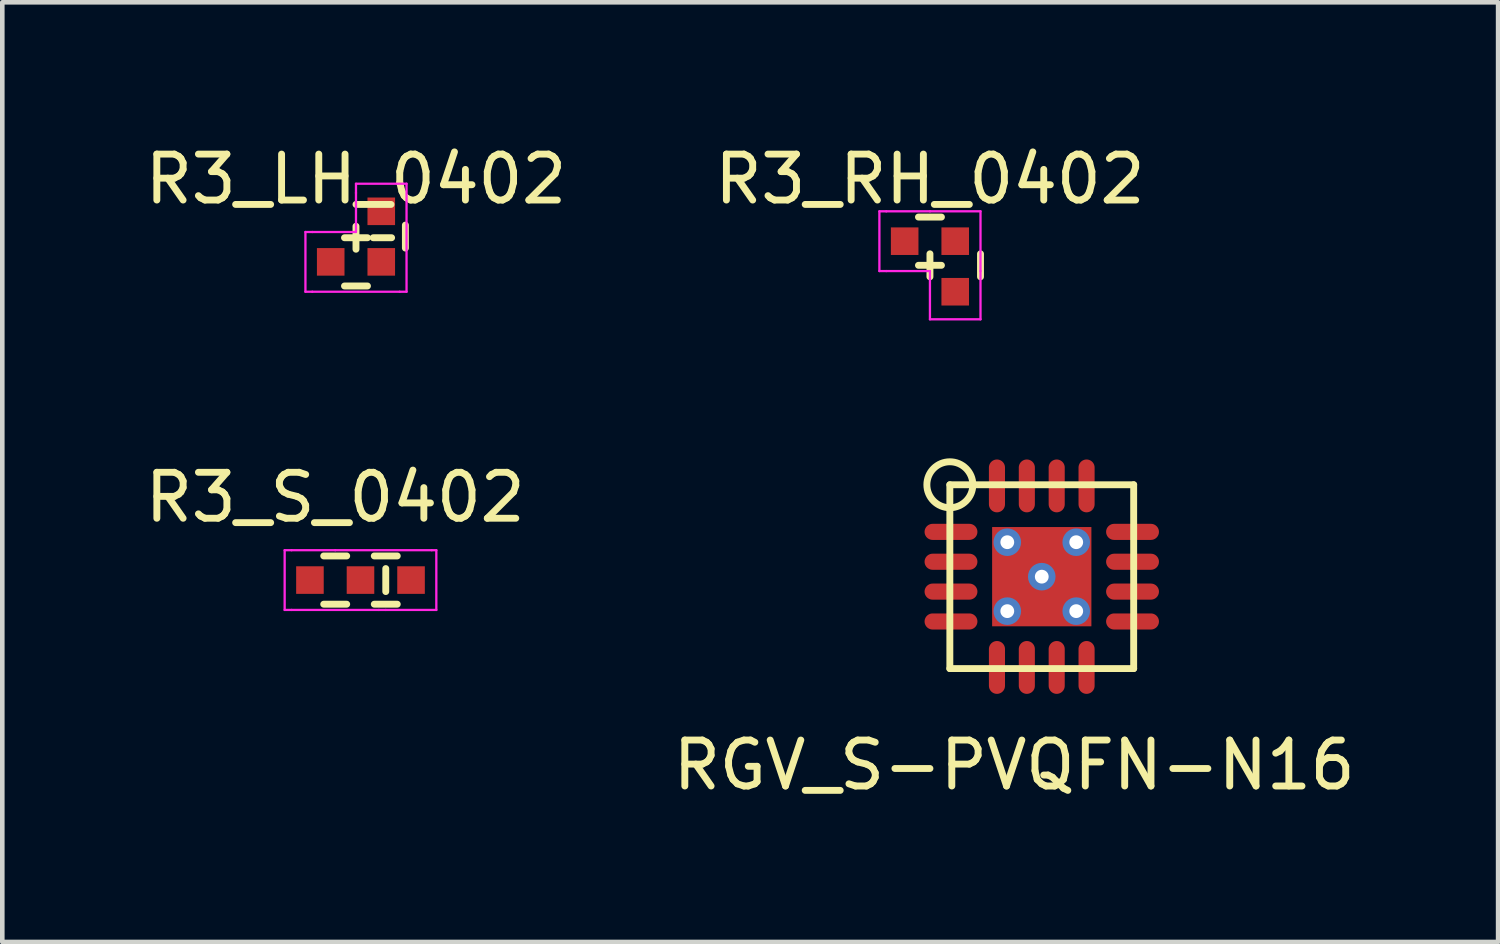
<source format=kicad_pcb>
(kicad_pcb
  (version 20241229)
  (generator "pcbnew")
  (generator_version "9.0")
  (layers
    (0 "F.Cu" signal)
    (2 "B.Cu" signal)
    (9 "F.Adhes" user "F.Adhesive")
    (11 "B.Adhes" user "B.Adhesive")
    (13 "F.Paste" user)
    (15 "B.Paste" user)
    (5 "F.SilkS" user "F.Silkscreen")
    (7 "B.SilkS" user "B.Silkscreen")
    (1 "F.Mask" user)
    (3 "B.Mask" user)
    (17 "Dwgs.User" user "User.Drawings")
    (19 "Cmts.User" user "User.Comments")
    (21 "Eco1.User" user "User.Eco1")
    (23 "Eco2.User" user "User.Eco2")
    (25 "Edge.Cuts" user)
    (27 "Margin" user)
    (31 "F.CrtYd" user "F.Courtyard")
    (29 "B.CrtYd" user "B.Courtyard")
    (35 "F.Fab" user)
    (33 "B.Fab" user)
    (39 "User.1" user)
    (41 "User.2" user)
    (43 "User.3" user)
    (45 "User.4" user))
  (footprint "R3_LH_0402"
    (layer "F.Cu")
    (at 4.696 2.648)
    (property "Reference" "R3_LH_0402" (at 0 -1.8 0) (layer "F.SilkS") (effects (font (size 1 1) (thickness 0.15))))
    (attr smd)
    (fp_line (start -0.25 0.525) (end 0.25 0.525) (stroke (width 0.15) (type solid)) (layer "F.SilkS"))
    (fp_line (start 0 -0.275) (end 0 -0.775) (stroke (width 0.15) (type solid)) (layer "F.SilkS"))
    (fp_line (start 0.25 -0.525) (end -0.25 -0.525) (stroke (width 0.15) (type solid)) (layer "F.SilkS"))
    (fp_line (start 0.775 -0.525) (end 0.375 -0.525) (stroke (width 0.15) (type solid)) (layer "F.SilkS"))
    (fp_line (start 1.075 -0.3) (end 1.075 -0.8) (stroke (width 0.15) (type solid)) (layer "F.SilkS"))
    (fp_line (start -1.1 -0.65) (end -0.95 -0.65) (stroke (width 0.05) (type solid)) (layer "F.CrtYd"))
    (fp_line (start -1.1 0.65) (end -1.1 -0.65) (stroke (width 0.05) (type solid)) (layer "F.CrtYd"))
    (fp_line (start -0.95 -0.65) (end 0 -0.65) (stroke (width 0.05) (type solid)) (layer "F.CrtYd"))
    (fp_line (start -0.95 0.65) (end -1.1 0.65) (stroke (width 0.05) (type solid)) (layer "F.CrtYd"))
    (fp_line (start -0.95 0.65) (end 0.95 0.65) (stroke (width 0.05) (type solid)) (layer "F.CrtYd"))
    (fp_line (start 0 -1.7) (end 0 -1.5) (stroke (width 0.05) (type solid)) (layer "F.CrtYd"))
    (fp_line (start 0 -1.5) (end 0 -0.65) (stroke (width 0.05) (type solid)) (layer "F.CrtYd"))
    (fp_line (start 0.95 0.65) (end 1.1 0.65) (stroke (width 0.05) (type solid)) (layer "F.CrtYd"))
    (fp_line (start 1.1 -1.7) (end 0 -1.7) (stroke (width 0.05) (type solid)) (layer "F.CrtYd"))
    (fp_line (start 1.1 0.65) (end 1.1 -1.7) (stroke (width 0.05) (type solid)) (layer "F.CrtYd"))
    (pad "1" smd rect (at -0.55 0) (size 0.6 0.6) (layers "F.Cu" "F.Mask" "F.Paste"))
    (pad "2" smd rect (at 0.55 0) (size 0.6 0.6) (layers "F.Cu" "F.Mask" "F.Paste"))
    (pad "3" smd rect (at 0.55 -1.1) (size 0.6 0.6) (layers "F.Cu" "F.Mask" "F.Paste")))
  (footprint "R3_S_0402"
    (layer "F.Cu")
    (at 4.244 9.572)
    (property "Reference" "R3_S_0402" (at 0 -1.8 0) (layer "F.SilkS") (effects (font (size 1 1) (thickness 0.15))))
    (attr smd)
    (fp_line (start -0.25 0.525) (end 0.25 0.525) (stroke (width 0.15) (type solid)) (layer "F.SilkS"))
    (fp_line (start 0.25 -0.525) (end -0.25 -0.525) (stroke (width 0.15) (type solid)) (layer "F.SilkS"))
    (fp_line (start 1.1 -0.25) (end 1.1 0.25) (stroke (width 0.15) (type solid)) (layer "F.SilkS"))
    (fp_line (start 1.35 -0.525) (end 0.85 -0.525) (stroke (width 0.15) (type solid)) (layer "F.SilkS"))
    (fp_line (start 1.35 0.525) (end 0.85 0.525) (stroke (width 0.15) (type solid)) (layer "F.SilkS"))
    (fp_line (start -1.1 -0.65) (end -0.95 -0.65) (stroke (width 0.05) (type solid)) (layer "F.CrtYd"))
    (fp_line (start -1.1 0.65) (end -1.1 -0.65) (stroke (width 0.05) (type solid)) (layer "F.CrtYd"))
    (fp_line (start -0.95 -0.65) (end 0 -0.65) (stroke (width 0.05) (type solid)) (layer "F.CrtYd"))
    (fp_line (start -0.95 0.65) (end -1.1 0.65) (stroke (width 0.05) (type solid)) (layer "F.CrtYd"))
    (fp_line (start -0.95 0.65) (end 0.95 0.65) (stroke (width 0.05) (type solid)) (layer "F.CrtYd"))
    (fp_line (start 0 -0.65) (end 2.1 -0.65) (stroke (width 0.05) (type solid)) (layer "F.CrtYd"))
    (fp_line (start 0.95 0.65) (end 1.1 0.65) (stroke (width 0.05) (type solid)) (layer "F.CrtYd"))
    (fp_line (start 2.1 -0.65) (end 2.2 -0.65) (stroke (width 0.05) (type solid)) (layer "F.CrtYd"))
    (fp_line (start 2.2 -0.65) (end 2.2 0.65) (stroke (width 0.05) (type solid)) (layer "F.CrtYd"))
    (fp_line (start 2.2 0.65) (end 1.1 0.65) (stroke (width 0.05) (type solid)) (layer "F.CrtYd"))
    (pad "1" smd rect (at -0.55 0) (size 0.6 0.6) (layers "F.Cu" "F.Mask" "F.Paste"))
    (pad "2" smd rect (at 0.55 0) (size 0.6 0.6) (layers "F.Cu" "F.Mask" "F.Paste"))
    (pad "3" smd rect (at 1.65 0) (size 0.6 0.6) (layers "F.Cu" "F.Mask" "F.Paste")))
  (footprint "RGV_S-PVQFN-N16"
    (layer "F.Cu")
    (at 19.618 9.498)
    (property "Reference" "RGV_S-PVQFN-N16" (at -0.6 4.1 0) (layer "F.SilkS") (effects (font (size 1 1) (thickness 0.15))))
    (attr through_hole)
    (fp_line (start -2 -2) (end 2 -2) (stroke (width 0.15) (type solid)) (layer "F.SilkS"))
    (fp_line (start -2 2) (end -2 -2) (stroke (width 0.15) (type solid)) (layer "F.SilkS"))
    (fp_line (start 2 -2) (end 2 2) (stroke (width 0.15) (type solid)) (layer "F.SilkS"))
    (fp_line (start 2 2) (end -2 2) (stroke (width 0.15) (type solid)) (layer "F.SilkS"))
    (fp_circle (center -2 -2) (end -1.5 -2) (stroke (width 0.15) (type solid)) (fill no) (layer "F.SilkS"))
    (pad "" smd rect (at -0.575 -0.575) (size 0.85 0.85) (layers "F.Paste"))
    (pad "" smd rect (at -0.575 0.575) (size 0.85 0.85) (layers "F.Paste"))
    (pad "" smd rect (at 0.575 -0.575) (size 0.85 0.85) (layers "F.Paste"))
    (pad "" smd rect (at 0.575 0.575) (size 0.85 0.85) (layers "F.Paste"))
    (pad "1" smd oval (at -1.975 -0.975) (size 1.15 0.35) (layers "F.Cu" "F.Mask" "F.Paste"))
    (pad "2" smd oval (at -1.975 -0.325) (size 1.15 0.35) (layers "F.Cu" "F.Mask" "F.Paste"))
    (pad "3" smd oval (at -1.975 0.325) (size 1.15 0.35) (layers "F.Cu" "F.Mask" "F.Paste"))
    (pad "4" smd oval (at -1.975 0.975) (size 1.15 0.35) (layers "F.Cu" "F.Mask" "F.Paste"))
    (pad "5" smd oval (at -0.975 1.975 90) (size 1.15 0.35) (layers "F.Cu" "F.Mask" "F.Paste"))
    (pad "6" smd oval (at -0.325 1.975 90) (size 1.15 0.35) (layers "F.Cu" "F.Mask" "F.Paste"))
    (pad "7" smd oval (at 0.325 1.975 90) (size 1.15 0.35) (layers "F.Cu" "F.Mask" "F.Paste"))
    (pad "8" smd oval (at 0.975 1.975 90) (size 1.15 0.35) (layers "F.Cu" "F.Mask" "F.Paste"))
    (pad "9" smd oval (at 1.975 0.975 180) (size 1.15 0.35) (layers "F.Cu" "F.Mask" "F.Paste"))
    (pad "10" smd oval (at 1.975 0.325 180) (size 1.15 0.35) (layers "F.Cu" "F.Mask" "F.Paste"))
    (pad "11" smd oval (at 1.975 -0.325 180) (size 1.15 0.35) (layers "F.Cu" "F.Mask" "F.Paste"))
    (pad "12" smd oval (at 1.975 -0.975 180) (size 1.15 0.35) (layers "F.Cu" "F.Mask" "F.Paste"))
    (pad "13" smd oval (at 0.975 -1.975 270) (size 1.15 0.35) (layers "F.Cu" "F.Mask" "F.Paste"))
    (pad "14" smd oval (at 0.325 -1.975 270) (size 1.15 0.35) (layers "F.Cu" "F.Mask" "F.Paste"))
    (pad "15" smd oval (at -0.325 -1.975 270) (size 1.15 0.35) (layers "F.Cu" "F.Mask" "F.Paste"))
    (pad "16" smd oval (at -0.975 -1.975 270) (size 1.15 0.35) (layers "F.Cu" "F.Mask" "F.Paste"))
    (pad "EP" thru_hole circle (at -0.75 -0.75) (size 0.6 0.6) (drill 0.3) (layers "*.Cu"))
    (pad "EP" thru_hole circle (at -0.75 0.75) (size 0.6 0.6) (drill 0.3) (layers "*.Cu"))
    (pad "EP" thru_hole circle (at 0 0) (size 0.6 0.6) (drill 0.3) (layers "*.Cu"))
    (pad "EP" smd rect (at 0 0) (size 2.16 2.16) (layers "F.Cu" "F.Mask"))
    (pad "EP" thru_hole circle (at 0.75 -0.75) (size 0.6 0.6) (drill 0.3) (layers "*.Cu"))
    (pad "EP" thru_hole circle (at 0.75 0.75) (size 0.6 0.6) (drill 0.3) (layers "*.Cu")))
  (footprint "R3_RH_0402"
    (layer "F.Cu")
    (at 17.185 2.198)
    (property "Reference" "R3_RH_0402" (at 0 -1.35 0) (layer "F.SilkS") (effects (font (size 1 1) (thickness 0.15))))
    (attr smd)
    (fp_line (start -0.25 0.525) (end 0.25 0.525) (stroke (width 0.15) (type solid)) (layer "F.SilkS"))
    (fp_line (start 0 0.275) (end 0 0.775) (stroke (width 0.15) (type solid)) (layer "F.SilkS"))
    (fp_line (start 0.25 -0.525) (end -0.25 -0.525) (stroke (width 0.15) (type solid)) (layer "F.SilkS"))
    (fp_line (start 1.1 0.275) (end 1.1 0.775) (stroke (width 0.15) (type solid)) (layer "F.SilkS"))
    (fp_line (start -1.1 -0.65) (end -0.95 -0.65) (stroke (width 0.05) (type solid)) (layer "F.CrtYd"))
    (fp_line (start -1.1 0.65) (end -1.1 -0.65) (stroke (width 0.05) (type solid)) (layer "F.CrtYd"))
    (fp_line (start -0.95 -0.65) (end 0 -0.65) (stroke (width 0.05) (type solid)) (layer "F.CrtYd"))
    (fp_line (start -0.95 0.65) (end -1.1 0.65) (stroke (width 0.05) (type solid)) (layer "F.CrtYd"))
    (fp_line (start 0 -0.65) (end 1.1 -0.65) (stroke (width 0.05) (type solid)) (layer "F.CrtYd"))
    (fp_line (start 0 0.65) (end -0.95 0.65) (stroke (width 0.05) (type solid)) (layer "F.CrtYd"))
    (fp_line (start 0 0.65) (end 0 1.7) (stroke (width 0.05) (type solid)) (layer "F.CrtYd"))
    (fp_line (start 0 1.7) (end 1.1 1.7) (stroke (width 0.05) (type solid)) (layer "F.CrtYd"))
    (fp_line (start 1.1 -0.65) (end 1.1 0.65) (stroke (width 0.05) (type solid)) (layer "F.CrtYd"))
    (fp_line (start 1.1 1.7) (end 1.1 0.65) (stroke (width 0.05) (type solid)) (layer "F.CrtYd"))
    (pad "1" smd rect (at -0.55 0) (size 0.6 0.6) (layers "F.Cu" "F.Mask" "F.Paste"))
    (pad "2" smd rect (at 0.55 0) (size 0.6 0.6) (layers "F.Cu" "F.Mask" "F.Paste"))
    (pad "3" smd rect (at 0.55 1.1) (size 0.6 0.6) (layers "F.Cu" "F.Mask" "F.Paste")))
  (gr_rect
    (start -3 -3)
    (end 29.548 17.447)
    (stroke (width 0.1) (type default))
    (fill no)
    (layer "Edge.Cuts")))
</source>
